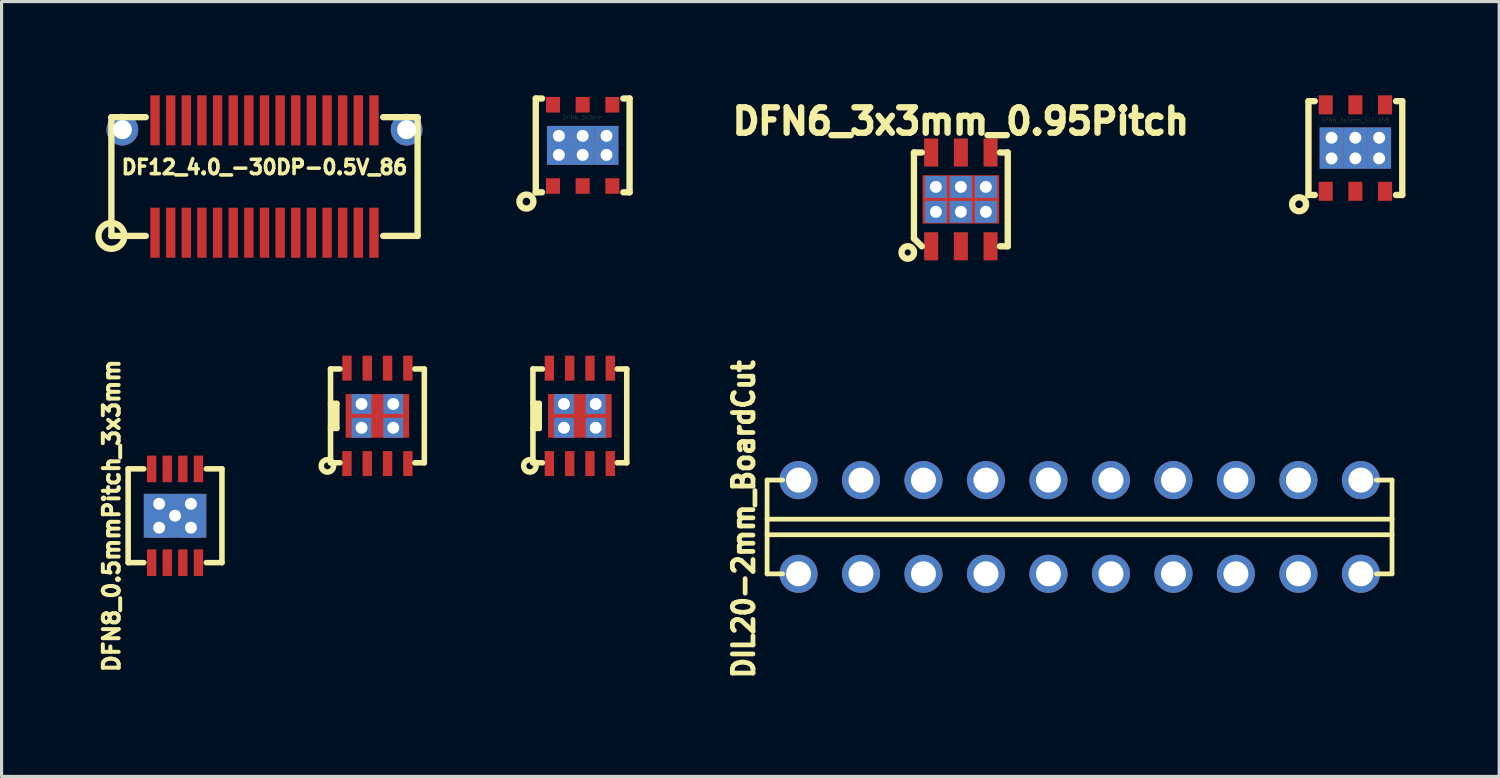
<source format=kicad_pcb>
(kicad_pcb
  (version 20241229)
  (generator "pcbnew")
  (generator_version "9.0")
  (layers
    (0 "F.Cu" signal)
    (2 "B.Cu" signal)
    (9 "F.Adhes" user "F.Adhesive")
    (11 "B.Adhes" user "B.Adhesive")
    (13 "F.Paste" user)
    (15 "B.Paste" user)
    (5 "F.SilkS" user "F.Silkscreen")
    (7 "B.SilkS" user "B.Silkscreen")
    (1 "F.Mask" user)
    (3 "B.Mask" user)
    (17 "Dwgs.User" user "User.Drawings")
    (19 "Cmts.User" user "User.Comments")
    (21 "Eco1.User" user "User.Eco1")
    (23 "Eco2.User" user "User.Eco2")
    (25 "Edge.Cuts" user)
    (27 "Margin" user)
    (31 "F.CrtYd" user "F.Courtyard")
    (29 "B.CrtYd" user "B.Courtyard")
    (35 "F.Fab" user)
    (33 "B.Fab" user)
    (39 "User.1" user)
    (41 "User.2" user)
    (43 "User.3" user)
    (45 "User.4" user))
  (footprint "DFN8_0.5mmPitch_3x3mm"
    (layer "F.Cu")
    (at 2.552 13.456)
    (property "Reference" "DFN8_0.5mmPitch_3x3mm" (at -2.032 0 90) (layer "F.SilkS") (effects (font (size 0.508 0.508) (thickness 0.127))))
    (attr through_hole)
    (fp_line (start -1.501 -1.501) (end -1.501 1.501) (stroke (width 0.178) (type solid)) (layer "F.SilkS"))
    (fp_line (start -1.501 -1.501) (end -1.001 -1.501) (stroke (width 0.178) (type solid)) (layer "F.SilkS"))
    (fp_line (start -1.501 1.501) (end -1.001 1.501) (stroke (width 0.178) (type solid)) (layer "F.SilkS"))
    (fp_line (start 1.501 -1.501) (end 1.001 -1.501) (stroke (width 0.178) (type solid)) (layer "F.SilkS"))
    (fp_line (start 1.501 -1.501) (end 1.501 1.501) (stroke (width 0.178) (type solid)) (layer "F.SilkS"))
    (fp_line (start 1.501 1.501) (end 1.001 1.501) (stroke (width 0.178) (type solid)) (layer "F.SilkS"))
    (pad "1" smd rect (at -0.749 1.501) (size 0.3 0.851) (layers "F.Cu" "F.Mask" "F.Paste"))
    (pad "2" smd rect (at -0.249 1.501) (size 0.3 0.851) (layers "F.Cu" "F.Mask" "F.Paste"))
    (pad "3" smd rect (at 0.249 1.501) (size 0.3 0.851) (layers "F.Cu" "F.Mask" "F.Paste"))
    (pad "4" smd rect (at 0.749 1.501) (size 0.3 0.851) (layers "F.Cu" "F.Mask" "F.Paste"))
    (pad "5" smd rect (at 0.749 -1.499) (size 0.3 0.851) (layers "F.Cu" "F.Mask" "F.Paste"))
    (pad "6" smd rect (at 0.249 -1.499) (size 0.3 0.851) (layers "F.Cu" "F.Mask" "F.Paste"))
    (pad "7" smd rect (at -0.249 -1.499) (size 0.3 0.851) (layers "F.Cu" "F.Mask" "F.Paste"))
    (pad "8" smd rect (at -0.749 -1.499) (size 0.3 0.851) (layers "F.Cu" "F.Mask" "F.Paste"))
    (pad "9" thru_hole rect (at -0.508 -0.381) (size 0.635 0.635) (drill 0.381) (layers "*.Cu" "F.Mask" "F.Paste"))
    (pad "9" thru_hole rect (at -0.508 0.381) (size 0.635 0.635) (drill 0.381) (layers "*.Cu" "F.Mask" "F.Paste"))
    (pad "9" thru_hole rect (at 0 0) (size 1.999 1.4) (drill 0.381) (layers "*.Cu" "F.Mask"))
    (pad "9" thru_hole rect (at 0.508 -0.381) (size 0.635 0.635) (drill 0.381) (layers "*.Cu" "F.Mask" "F.Paste"))
    (pad "9" thru_hole rect (at 0.508 0.381) (size 0.635 0.635) (drill 0.381) (layers "*.Cu" "F.Mask" "F.Paste")))
  (footprint "DFN6_3x3mm_ST1L05B"
    (layer "F.Cu")
    (at 40.327 1.689)
    (property "Reference" "DFN6_3x3mm_ST1L05B" (at 0 -0.899 0) (layer "F.SilkS") (effects (font (size 0.127 0.127) (thickness 0.003))))
    (attr smd)
    (fp_line (start -1.501 -1.501) (end -1.501 1.501) (stroke (width 0.203) (type solid)) (layer "F.SilkS"))
    (fp_line (start -1.501 -1.501) (end -1.3 -1.501) (stroke (width 0.203) (type solid)) (layer "F.SilkS"))
    (fp_line (start -1.501 1.501) (end -1.3 1.501) (stroke (width 0.203) (type solid)) (layer "F.SilkS"))
    (fp_line (start 1.501 -1.501) (end 1.3 -1.501) (stroke (width 0.203) (type solid)) (layer "F.SilkS"))
    (fp_line (start 1.501 -1.501) (end 1.501 1.501) (stroke (width 0.203) (type solid)) (layer "F.SilkS"))
    (fp_line (start 1.501 1.501) (end 1.3 1.501) (stroke (width 0.203) (type solid)) (layer "F.SilkS"))
    (fp_circle (center -1.801 1.798) (end -2.002 1.897) (stroke (width 0.203) (type solid)) (fill no) (layer "F.SilkS"))
    (pad "1" smd rect (at -0.95 1.384) (size 0.45 0.61) (layers "F.Cu" "F.Mask" "F.Paste"))
    (pad "2" smd rect (at 0 1.384) (size 0.45 0.61) (layers "F.Cu" "F.Mask" "F.Paste"))
    (pad "3" smd rect (at 0.95 1.384) (size 0.45 0.61) (layers "F.Cu" "F.Mask" "F.Paste" "Eco1.User"))
    (pad "4" smd rect (at 0.95 -1.384) (size 0.45 0.61) (layers "F.Cu" "F.Mask" "F.Paste"))
    (pad "5" smd rect (at 0 -1.384) (size 0.45 0.61) (layers "F.Cu" "F.Mask" "F.Paste"))
    (pad "6" smd rect (at -0.95 -1.384) (size 0.45 0.61) (layers "F.Cu" "F.Mask" "F.Paste"))
    (pad "7" thru_hole rect (at -0.762 -0.33) (size 0.762 0.66) (drill 0.381) (layers "*.Cu" "F.Mask"))
    (pad "7" thru_hole rect (at -0.762 0.33) (size 0.762 0.66) (drill 0.381) (layers "*.Cu" "F.Mask"))
    (pad "7" thru_hole rect (at 0 -0.33) (size 0.762 0.66) (drill 0.381) (layers "*.Cu" "F.Mask"))
    (pad "7" smd rect (at 0 0) (size 1.93 1.067) (layers "F.Cu" "F.Mask" "F.Paste"))
    (pad "7" thru_hole rect (at 0 0.33) (size 0.762 0.66) (drill 0.381) (layers "*.Cu" "F.Mask"))
    (pad "7" thru_hole rect (at 0.762 -0.33) (size 0.762 0.66) (drill 0.381) (layers "*.Cu" "F.Mask"))
    (pad "7" thru_hole rect (at 0.762 0.33) (size 0.762 0.66) (drill 0.381) (layers "*.Cu" "F.Mask")))
  (footprint "DFN6_3x3mm_0.95Pitch"
    (layer "F.Cu")
    (at 27.701 3.331)
    (property "Reference" "DFN6_3x3mm_0.95Pitch" (at 0 -2.499 0) (layer "F.SilkS") (effects (font (size 0.813 0.813) (thickness 0.203))))
    (attr through_hole)
    (fp_line (start -1.501 -1.501) (end -1.25 -1.501) (stroke (width 0.203) (type solid)) (layer "F.SilkS"))
    (fp_line (start -1.501 1.25) (end -1.501 -1.501) (stroke (width 0.203) (type solid)) (layer "F.SilkS"))
    (fp_line (start -1.25 1.501) (end -1.501 1.25) (stroke (width 0.203) (type solid)) (layer "F.SilkS"))
    (fp_line (start 1.501 -1.501) (end 1.25 -1.501) (stroke (width 0.203) (type solid)) (layer "F.SilkS"))
    (fp_line (start 1.501 -1.501) (end 1.501 1.501) (stroke (width 0.203) (type solid)) (layer "F.SilkS"))
    (fp_line (start 1.501 1.501) (end 1.25 1.501) (stroke (width 0.203) (type solid)) (layer "F.SilkS"))
    (fp_circle (center -1.699 1.699) (end -1.499 1.699) (stroke (width 0.203) (type solid)) (fill no) (layer "F.SilkS"))
    (pad "1" smd rect (at -0.95 1.501) (size 0.45 0.899) (layers "F.Cu" "F.Mask" "F.Paste"))
    (pad "2" smd rect (at 0 1.501) (size 0.45 0.899) (layers "F.Cu" "F.Mask" "F.Paste"))
    (pad "3" smd rect (at 0.95 1.501) (size 0.45 0.899) (layers "F.Cu" "F.Mask" "F.Paste"))
    (pad "4" smd rect (at 0.95 -1.501) (size 0.45 0.899) (layers "F.Cu" "F.Mask" "F.Paste"))
    (pad "5" smd rect (at 0 -1.501) (size 0.45 0.899) (layers "F.Cu" "F.Mask" "F.Paste"))
    (pad "6" smd rect (at -0.95 -1.501) (size 0.45 0.899) (layers "F.Cu" "F.Mask" "F.Paste"))
    (pad "7" thru_hole rect (at -0.8 -0.399) (size 0.701 0.701) (drill 0.381) (layers "*.Cu" "F.Mask" "F.Paste"))
    (pad "7" thru_hole rect (at -0.8 0.399) (size 0.701 0.701) (drill 0.381) (layers "*.Cu" "F.Mask" "F.Paste"))
    (pad "7" thru_hole rect (at 0 -0.399) (size 0.701 0.701) (drill 0.381) (layers "*.Cu" "F.Mask" "F.Paste"))
    (pad "7" smd rect (at 0 0) (size 2.451 1.549) (layers "F.Cu" "F.Mask" "F.Paste"))
    (pad "7" thru_hole rect (at 0 0.399) (size 0.701 0.701) (drill 0.381) (layers "*.Cu" "F.Mask" "F.Paste"))
    (pad "7" thru_hole rect (at 0.8 -0.399) (size 0.701 0.701) (drill 0.381) (layers "*.Cu" "F.Mask" "F.Paste"))
    (pad "7" thru_hole rect (at 0.8 0.399) (size 0.701 0.701) (drill 0.381) (layers "*.Cu" "F.Mask" "F.Paste")))
  (footprint "DF12_4.0_-30DP-0.5V_86"
    (layer "F.Cu")
    (at 5.415 2.6)
    (property "Reference" "DF12_4.0_-30DP-0.5V_86" (at 0 -0.3 0) (layer "F.SilkS") (effects (font (size 0.457 0.457) (thickness 0.114))))
    (attr smd)
    (fp_line (start -4.9 -1.9) (end -4.9 1.9) (stroke (width 0.203) (type solid)) (layer "F.SilkS"))
    (fp_line (start -4.9 -1.9) (end -3.8 -1.9) (stroke (width 0.203) (type solid)) (layer "F.SilkS"))
    (fp_line (start -4.9 1.9) (end -3.8 1.9) (stroke (width 0.203) (type solid)) (layer "F.SilkS"))
    (fp_line (start 4.9 -1.9) (end 3.8 -1.9) (stroke (width 0.203) (type solid)) (layer "F.SilkS"))
    (fp_line (start 4.9 -1.9) (end 4.9 1.9) (stroke (width 0.203) (type solid)) (layer "F.SilkS"))
    (fp_line (start 4.9 1.9) (end 3.8 1.9) (stroke (width 0.203) (type solid)) (layer "F.SilkS"))
    (fp_circle (center -4.9 1.9) (end -4.498 1.999) (stroke (width 0.203) (type solid)) (fill no) (layer "F.SilkS"))
    (pad "1" smd rect (at -3.503 1.798) (size 0.3 1.603) (layers "F.Cu" "F.Mask" "F.Paste"))
    (pad "2" smd rect (at -3.002 1.798) (size 0.3 1.603) (layers "F.Cu" "F.Mask" "F.Paste"))
    (pad "3" smd rect (at -2.502 1.798) (size 0.3 1.603) (layers "F.Cu" "F.Mask" "F.Paste"))
    (pad "4" smd rect (at -2.002 1.798) (size 0.3 1.603) (layers "F.Cu" "F.Mask" "F.Paste"))
    (pad "5" smd rect (at -1.501 1.798) (size 0.3 1.603) (layers "F.Cu" "F.Mask" "F.Paste"))
    (pad "6" smd rect (at -1.001 1.798) (size 0.3 1.603) (layers "F.Cu" "F.Mask" "F.Paste"))
    (pad "7" smd rect (at -0.5 1.798) (size 0.3 1.603) (layers "F.Cu" "F.Mask" "F.Paste"))
    (pad "8" smd rect (at 0 1.798) (size 0.3 1.603) (layers "F.Cu" "F.Mask" "F.Paste"))
    (pad "9" smd rect (at 0.5 1.798) (size 0.3 1.603) (layers "F.Cu" "F.Mask" "F.Paste"))
    (pad "10" smd rect (at 1.001 1.798) (size 0.3 1.603) (layers "F.Cu" "F.Mask" "F.Paste"))
    (pad "11" smd rect (at 1.501 1.798) (size 0.3 1.603) (layers "F.Cu" "F.Mask" "F.Paste"))
    (pad "12" smd rect (at 2.002 1.798) (size 0.3 1.603) (layers "F.Cu" "F.Mask" "F.Paste"))
    (pad "13" smd rect (at 2.502 1.798) (size 0.3 1.603) (layers "F.Cu" "F.Mask" "F.Paste"))
    (pad "14" smd rect (at 3.002 1.798) (size 0.3 1.603) (layers "F.Cu" "F.Mask" "F.Paste"))
    (pad "15" smd rect (at 3.503 1.798) (size 0.3 1.603) (layers "F.Cu" "F.Mask" "F.Paste"))
    (pad "16" smd rect (at 3.503 -1.798) (size 0.3 1.603) (layers "F.Cu" "F.Mask" "F.Paste"))
    (pad "17" smd rect (at 3.002 -1.798) (size 0.3 1.603) (layers "F.Cu" "F.Mask" "F.Paste"))
    (pad "18" smd rect (at 2.502 -1.798) (size 0.3 1.603) (layers "F.Cu" "F.Mask" "F.Paste"))
    (pad "19" smd rect (at 2.002 -1.798) (size 0.3 1.603) (layers "F.Cu" "F.Mask" "F.Paste"))
    (pad "20" smd rect (at 1.501 -1.798) (size 0.3 1.603) (layers "F.Cu" "F.Mask" "F.Paste"))
    (pad "21" smd rect (at 1.001 -1.798) (size 0.3 1.603) (layers "F.Cu" "F.Mask" "F.Paste"))
    (pad "22" smd rect (at 0.5 -1.798) (size 0.3 1.603) (layers "F.Cu" "F.Mask" "F.Paste"))
    (pad "23" smd rect (at 0 -1.798) (size 0.3 1.603) (layers "F.Cu" "F.Mask" "F.Paste"))
    (pad "24" smd rect (at -0.5 -1.798) (size 0.3 1.603) (layers "F.Cu" "F.Mask" "F.Paste"))
    (pad "25" smd rect (at -1.001 -1.798) (size 0.3 1.603) (layers "F.Cu" "F.Mask" "F.Paste"))
    (pad "26" smd rect (at -1.501 -1.798) (size 0.3 1.603) (layers "F.Cu" "F.Mask" "F.Paste"))
    (pad "27" smd rect (at -2.002 -1.798) (size 0.3 1.603) (layers "F.Cu" "F.Mask" "F.Paste"))
    (pad "28" smd rect (at -2.502 -1.798) (size 0.3 1.603) (layers "F.Cu" "F.Mask" "F.Paste"))
    (pad "29" smd rect (at -3.002 -1.798) (size 0.3 1.603) (layers "F.Cu" "F.Mask" "F.Paste"))
    (pad "30" smd rect (at -3.503 -1.798) (size 0.3 1.603) (layers "F.Cu" "F.Mask" "F.Paste"))
    (pad "31" thru_hole circle (at -4.549 -1.501) (size 1.016 1.016) (drill 0.61) (layers "*.Cu" "*.Mask"))
    (pad "31" thru_hole circle (at 4.549 -1.501) (size 1.016 1.016) (drill 0.61) (layers "*.Cu" "*.Mask")))
  (footprint "DFN8_0.65mmPitch_3x3mm"
    (layer "F.Cu")
    (at 9.029 10.26)
    (property "Reference" "DFN8_0.65mmPitch_3x3mm" (at -1.499 0 90) (layer "F.SilkS") (effects (font (size 0.127 0.127) (thickness 0.003))))
    (attr through_hole)
    (fp_line (start -1.501 -1.501) (end -1.501 1.501) (stroke (width 0.178) (type solid)) (layer "F.SilkS"))
    (fp_line (start -1.501 -1.501) (end -1.199 -1.501) (stroke (width 0.178) (type solid)) (layer "F.SilkS"))
    (fp_line (start -1.501 -0.399) (end -1.3 -0.399) (stroke (width 0.178) (type solid)) (layer "F.SilkS"))
    (fp_line (start -1.501 1.501) (end -1.199 1.501) (stroke (width 0.178) (type solid)) (layer "F.SilkS"))
    (fp_line (start -1.4 0.399) (end -1.4 -0.399) (stroke (width 0.178) (type solid)) (layer "F.SilkS"))
    (fp_line (start -1.3 -0.399) (end -1.3 0.399) (stroke (width 0.178) (type solid)) (layer "F.SilkS"))
    (fp_line (start -1.3 0.399) (end -1.501 0.399) (stroke (width 0.178) (type solid)) (layer "F.SilkS"))
    (fp_line (start 1.501 -1.501) (end 1.199 -1.501) (stroke (width 0.178) (type solid)) (layer "F.SilkS"))
    (fp_line (start 1.501 -1.501) (end 1.501 1.501) (stroke (width 0.178) (type solid)) (layer "F.SilkS"))
    (fp_line (start 1.501 1.501) (end 1.199 1.501) (stroke (width 0.178) (type solid)) (layer "F.SilkS"))
    (fp_circle (center -1.6 1.6) (end -1.402 1.6) (stroke (width 0.178) (type solid)) (fill no) (layer "F.SilkS"))
    (pad "1" smd rect (at -0.975 1.527) (size 0.3 0.8) (layers "F.Cu" "F.Mask" "F.Paste"))
    (pad "2" smd rect (at -0.325 1.527) (size 0.3 0.8) (layers "F.Cu" "F.Mask" "F.Paste"))
    (pad "3" smd rect (at 0.325 1.527) (size 0.3 0.8) (layers "F.Cu" "F.Mask" "F.Paste"))
    (pad "4" smd rect (at 0.975 1.527) (size 0.3 0.8) (layers "F.Cu" "F.Mask" "F.Paste"))
    (pad "5" smd rect (at 0.975 -1.527) (size 0.3 0.8) (layers "F.Cu" "F.Mask" "F.Paste"))
    (pad "6" smd rect (at 0.325 -1.527) (size 0.3 0.8) (layers "F.Cu" "F.Mask" "F.Paste"))
    (pad "7" smd rect (at -0.325 -1.527) (size 0.3 0.8) (layers "F.Cu" "F.Mask" "F.Paste"))
    (pad "8" smd rect (at -0.975 -1.527) (size 0.3 0.8) (layers "F.Cu" "F.Mask" "F.Paste"))
    (pad "9" thru_hole rect (at -0.508 -0.381) (size 0.635 0.635) (drill 0.381) (layers "*.Cu" "F.Mask" "F.Paste"))
    (pad "9" thru_hole rect (at -0.508 0.381) (size 0.635 0.635) (drill 0.381) (layers "*.Cu" "F.Mask" "F.Paste"))
    (pad "9" smd rect (at 0 0) (size 2.032 1.397) (layers "F.Cu" "F.Mask" "F.Paste"))
    (pad "9" thru_hole rect (at 0.508 -0.381) (size 0.635 0.635) (drill 0.381) (layers "*.Cu" "F.Mask" "F.Paste"))
    (pad "9" thru_hole rect (at 0.508 0.381) (size 0.635 0.635) (drill 0.381) (layers "*.Cu" "F.Mask" "F.Paste")))
  (footprint "DIL20-2mm_BoardCut"
    (layer "F.Cu")
    (at 31.5 13.815)
    (property "Reference" "DIL20-2mm_BoardCut" (at -10.749 -0.249 90) (layer "F.SilkS") (effects (font (size 0.66 0.61) (thickness 0.152))))
    (attr through_hole)
    (fp_line (start -10 -1.501) (end -10 1.501) (stroke (width 0.152) (type solid)) (layer "F.SilkS"))
    (fp_line (start -10 -1.501) (end -9.5 -1.501) (stroke (width 0.152) (type solid)) (layer "F.SilkS"))
    (fp_line (start -10 -0.249) (end 10 -0.249) (stroke (width 0.152) (type solid)) (layer "F.SilkS"))
    (fp_line (start -10 1.501) (end -9.5 1.501) (stroke (width 0.152) (type solid)) (layer "F.SilkS"))
    (fp_line (start 10 -1.501) (end 9.5 -1.501) (stroke (width 0.152) (type solid)) (layer "F.SilkS"))
    (fp_line (start 10 -1.501) (end 10 1.501) (stroke (width 0.152) (type solid)) (layer "F.SilkS"))
    (fp_line (start 10 0.249) (end -10 0.249) (stroke (width 0.152) (type solid)) (layer "F.SilkS"))
    (fp_line (start 10 1.501) (end 9.5 1.501) (stroke (width 0.152) (type solid)) (layer "F.SilkS"))
    (pad "1" thru_hole circle (at -8.994 1.499) (size 1.219 1.219) (drill 0.8) (layers "*.Cu" "*.Mask"))
    (pad "2" thru_hole circle (at -8.994 -1.499) (size 1.219 1.219) (drill 0.8) (layers "*.Cu" "*.Mask"))
    (pad "3" thru_hole circle (at -6.995 1.499) (size 1.219 1.219) (drill 0.8) (layers "*.Cu" "*.Mask"))
    (pad "4" thru_hole circle (at -6.995 -1.499) (size 1.219 1.219) (drill 0.8) (layers "*.Cu" "*.Mask"))
    (pad "5" thru_hole circle (at -4.996 1.499) (size 1.219 1.219) (drill 0.8) (layers "*.Cu" "*.Mask"))
    (pad "6" thru_hole circle (at -4.996 -1.499) (size 1.219 1.219) (drill 0.8) (layers "*.Cu" "*.Mask"))
    (pad "7" thru_hole circle (at -2.995 1.499) (size 1.219 1.219) (drill 0.8) (layers "*.Cu" "*.Mask"))
    (pad "8" thru_hole circle (at -2.995 -1.499) (size 1.219 1.219) (drill 0.8) (layers "*.Cu" "*.Mask"))
    (pad "9" thru_hole circle (at -0.996 1.499) (size 1.219 1.219) (drill 0.8) (layers "*.Cu" "*.Mask"))
    (pad "10" thru_hole circle (at -0.996 -1.499) (size 1.219 1.219) (drill 0.8) (layers "*.Cu" "*.Mask"))
    (pad "11" thru_hole circle (at 1.006 1.499) (size 1.219 1.219) (drill 0.8) (layers "*.Cu" "*.Mask"))
    (pad "12" thru_hole circle (at 1.006 -1.499) (size 1.219 1.219) (drill 0.8) (layers "*.Cu" "*.Mask"))
    (pad "13" thru_hole circle (at 3.005 1.499) (size 1.219 1.219) (drill 0.8) (layers "*.Cu" "*.Mask"))
    (pad "14" thru_hole circle (at 3.005 -1.499) (size 1.219 1.219) (drill 0.8) (layers "*.Cu" "*.Mask"))
    (pad "15" thru_hole circle (at 5.004 1.499) (size 1.219 1.219) (drill 0.8) (layers "*.Cu" "*.Mask"))
    (pad "16" thru_hole circle (at 5.004 -1.499) (size 1.219 1.219) (drill 0.8) (layers "*.Cu" "*.Mask"))
    (pad "17" thru_hole circle (at 7.005 1.499) (size 1.219 1.219) (drill 0.8) (layers "*.Cu" "*.Mask"))
    (pad "18" thru_hole circle (at 7.005 -1.499) (size 1.219 1.219) (drill 0.8) (layers "*.Cu" "*.Mask"))
    (pad "19" thru_hole circle (at 9.004 1.499) (size 1.219 1.219) (drill 0.8) (layers "*.Cu" "*.Mask"))
    (pad "20" thru_hole circle (at 9.004 -1.499) (size 1.219 1.219) (drill 0.8) (layers "*.Cu" "*.Mask")))
  (footprint "DFN8_3x3mm"
    (layer "F.Cu")
    (at 15.507 10.26)
    (property "Reference" "DFN8_3x3mm" (at -1.499 0 90) (layer "F.SilkS") (effects (font (size 0.127 0.127) (thickness 0.003))))
    (attr through_hole)
    (fp_line (start -1.501 -1.501) (end -1.501 1.501) (stroke (width 0.178) (type solid)) (layer "F.SilkS"))
    (fp_line (start -1.501 -1.501) (end -1.199 -1.501) (stroke (width 0.178) (type solid)) (layer "F.SilkS"))
    (fp_line (start -1.501 -0.399) (end -1.3 -0.399) (stroke (width 0.178) (type solid)) (layer "F.SilkS"))
    (fp_line (start -1.501 1.501) (end -1.199 1.501) (stroke (width 0.178) (type solid)) (layer "F.SilkS"))
    (fp_line (start -1.4 0.399) (end -1.4 -0.399) (stroke (width 0.178) (type solid)) (layer "F.SilkS"))
    (fp_line (start -1.3 -0.399) (end -1.3 0.399) (stroke (width 0.178) (type solid)) (layer "F.SilkS"))
    (fp_line (start -1.3 0.399) (end -1.501 0.399) (stroke (width 0.178) (type solid)) (layer "F.SilkS"))
    (fp_line (start 1.501 -1.501) (end 1.199 -1.501) (stroke (width 0.178) (type solid)) (layer "F.SilkS"))
    (fp_line (start 1.501 -1.501) (end 1.501 1.501) (stroke (width 0.178) (type solid)) (layer "F.SilkS"))
    (fp_line (start 1.501 1.501) (end 1.199 1.501) (stroke (width 0.178) (type solid)) (layer "F.SilkS"))
    (fp_circle (center -1.6 1.6) (end -1.402 1.6) (stroke (width 0.178) (type solid)) (fill no) (layer "F.SilkS"))
    (pad "1" smd rect (at -0.975 1.527) (size 0.3 0.8) (layers "F.Cu" "F.Mask" "F.Paste"))
    (pad "2" smd rect (at -0.325 1.527) (size 0.3 0.8) (layers "F.Cu" "F.Mask" "F.Paste"))
    (pad "3" smd rect (at 0.325 1.527) (size 0.3 0.8) (layers "F.Cu" "F.Mask" "F.Paste"))
    (pad "4" smd rect (at 0.975 1.527) (size 0.3 0.8) (layers "F.Cu" "F.Mask" "F.Paste"))
    (pad "5" smd rect (at 0.975 -1.527) (size 0.3 0.8) (layers "F.Cu" "F.Mask" "F.Paste"))
    (pad "6" smd rect (at 0.325 -1.527) (size 0.3 0.8) (layers "F.Cu" "F.Mask" "F.Paste"))
    (pad "7" smd rect (at -0.325 -1.527) (size 0.3 0.8) (layers "F.Cu" "F.Mask" "F.Paste"))
    (pad "8" smd rect (at -0.975 -1.527) (size 0.3 0.8) (layers "F.Cu" "F.Mask" "F.Paste"))
    (pad "9" thru_hole rect (at -0.508 -0.381) (size 0.635 0.635) (drill 0.381) (layers "*.Cu" "F.Mask" "F.Paste"))
    (pad "9" thru_hole rect (at -0.508 0.381) (size 0.635 0.635) (drill 0.381) (layers "*.Cu" "F.Mask" "F.Paste"))
    (pad "9" smd rect (at 0 0) (size 2.032 1.397) (layers "F.Cu" "F.Mask" "F.Paste"))
    (pad "9" thru_hole rect (at 0.508 -0.381) (size 0.635 0.635) (drill 0.381) (layers "*.Cu" "F.Mask" "F.Paste"))
    (pad "9" thru_hole rect (at 0.508 0.381) (size 0.635 0.635) (drill 0.381) (layers "*.Cu" "F.Mask" "F.Paste")))
  (footprint "DFN6_3x3mm"
    (layer "F.Cu")
    (at 15.598 1.603)
    (property "Reference" "DFN6_3x3mm" (at 0 -0.899 0) (layer "F.SilkS") (effects (font (size 0.127 0.127) (thickness 0.003))))
    (attr through_hole)
    (fp_line (start -1.501 -1.501) (end -1.501 1.501) (stroke (width 0.203) (type solid)) (layer "F.SilkS"))
    (fp_line (start -1.501 -1.501) (end -1.3 -1.501) (stroke (width 0.203) (type solid)) (layer "F.SilkS"))
    (fp_line (start -1.501 1.501) (end -1.3 1.501) (stroke (width 0.203) (type solid)) (layer "F.SilkS"))
    (fp_line (start 1.501 -1.501) (end 1.3 -1.501) (stroke (width 0.203) (type solid)) (layer "F.SilkS"))
    (fp_line (start 1.501 -1.501) (end 1.501 1.501) (stroke (width 0.203) (type solid)) (layer "F.SilkS"))
    (fp_line (start 1.501 1.501) (end 1.3 1.501) (stroke (width 0.203) (type solid)) (layer "F.SilkS"))
    (fp_circle (center -1.801 1.798) (end -2.002 1.897) (stroke (width 0.203) (type solid)) (fill no) (layer "F.SilkS"))
    (pad "1" smd rect (at -0.95 1.3) (size 0.45 0.5) (layers "F.Cu" "F.Mask" "F.Paste"))
    (pad "2" smd rect (at 0 1.3) (size 0.45 0.5) (layers "F.Cu" "F.Mask" "F.Paste"))
    (pad "3" smd rect (at 0.95 1.3) (size 0.45 0.5) (layers "F.Cu" "F.Mask" "F.Paste" "Eco1.User"))
    (pad "4" smd rect (at 0.95 -1.3) (size 0.45 0.5) (layers "F.Cu" "F.Mask" "F.Paste"))
    (pad "5" smd rect (at 0 -1.3) (size 0.45 0.5) (layers "F.Cu" "F.Mask" "F.Paste"))
    (pad "6" smd rect (at -0.95 -1.3) (size 0.45 0.5) (layers "F.Cu" "F.Mask" "F.Paste"))
    (pad "7" thru_hole rect (at -0.762 -0.305) (size 0.762 0.635) (drill 0.381) (layers "*.Cu" "*.Mask"))
    (pad "7" thru_hole rect (at -0.762 0.305) (size 0.762 0.635) (drill 0.381) (layers "*.Cu" "*.Mask"))
    (pad "7" thru_hole rect (at 0 -0.305) (size 0.762 0.635) (drill 0.381) (layers "*.Cu" "*.Mask"))
    (pad "7" smd rect (at 0 0) (size 1.778 0.762) (layers "F.Cu" "F.Mask" "F.Paste"))
    (pad "7" thru_hole rect (at 0 0.305) (size 0.762 0.635) (drill 0.381) (layers "*.Cu" "*.Mask"))
    (pad "7" thru_hole rect (at 0.762 -0.305) (size 0.762 0.635) (drill 0.381) (layers "*.Cu" "*.Mask"))
    (pad "7" thru_hole rect (at 0.762 0.305) (size 0.762 0.635) (drill 0.381) (layers "*.Cu" "*.Mask")))
  (gr_rect
    (start -3 -3)
    (end 44.93 21.799)
    (stroke (width 0.1) (type default))
    (fill no)
    (layer "Edge.Cuts")))
</source>
